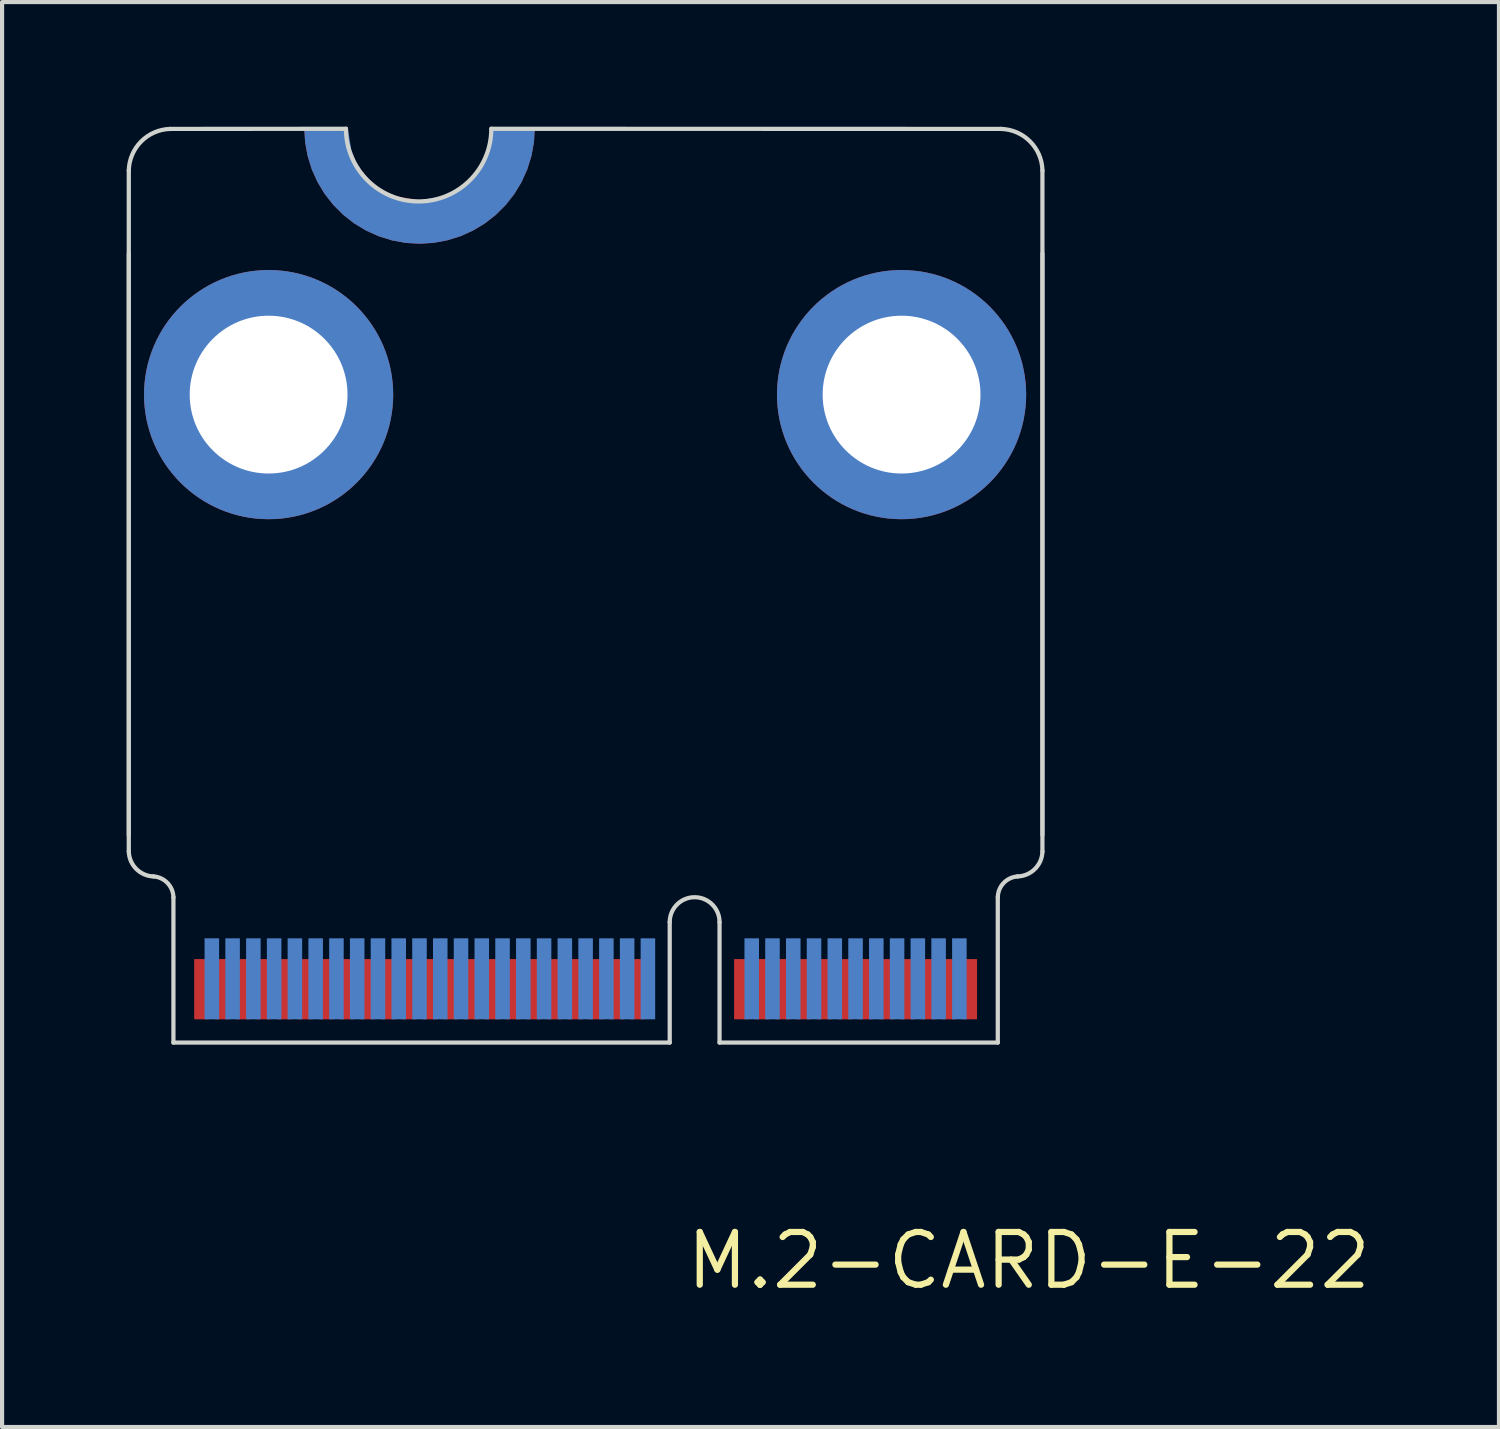
<source format=kicad_pcb>
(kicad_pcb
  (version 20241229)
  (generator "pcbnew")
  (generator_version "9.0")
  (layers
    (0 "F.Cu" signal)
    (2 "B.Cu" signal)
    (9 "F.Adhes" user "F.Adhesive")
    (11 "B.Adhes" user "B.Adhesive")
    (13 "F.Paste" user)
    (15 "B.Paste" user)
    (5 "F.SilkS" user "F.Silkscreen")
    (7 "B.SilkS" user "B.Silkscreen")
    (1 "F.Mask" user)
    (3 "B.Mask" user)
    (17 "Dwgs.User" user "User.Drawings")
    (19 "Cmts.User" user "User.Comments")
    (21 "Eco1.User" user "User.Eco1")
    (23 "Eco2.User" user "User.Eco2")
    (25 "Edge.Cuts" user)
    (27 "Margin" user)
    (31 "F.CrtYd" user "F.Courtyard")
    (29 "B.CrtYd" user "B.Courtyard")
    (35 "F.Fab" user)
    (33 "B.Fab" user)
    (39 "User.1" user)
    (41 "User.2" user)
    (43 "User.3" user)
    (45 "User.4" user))
  (footprint "M.2-CARD-E-22"
    (layer "F.Cu")
    (at 12.422 23.405)
    (property "Reference" "M.2-CARD-E-22" (at 9.3 3.9 0) (unlocked yes) (layer "F.SilkS") (effects (font (size 1.27 1.27) (thickness 0.15))))
    (fp_line (start -12.371 -22.351) (end -12.371 -5.951) (stroke (width 0.102) (type solid)) (layer "Edge.Cuts"))
    (fp_line (start -11.296 -1.351) (end -11.296 -4.851) (stroke (width 0.102) (type solid)) (layer "Edge.Cuts"))
    (fp_line (start -7.142 -23.354) (end -11.371 -23.351) (stroke (width 0.102) (type solid)) (layer "Edge.Cuts"))
    (fp_line (start 0.654 -4.251) (end 0.654 -1.351) (stroke (width 0.102) (type solid)) (layer "Edge.Cuts"))
    (fp_line (start 0.654 -1.351) (end -11.296 -1.351) (stroke (width 0.102) (type solid)) (layer "Edge.Cuts"))
    (fp_line (start 1.854 -4.251) (end 1.854 -1.351) (stroke (width 0.102) (type solid)) (layer "Edge.Cuts"))
    (fp_line (start 8.554 -4.851) (end 8.554 -1.351) (stroke (width 0.102) (type solid)) (layer "Edge.Cuts"))
    (fp_line (start 8.554 -1.351) (end 1.854 -1.351) (stroke (width 0.102) (type solid)) (layer "Edge.Cuts"))
    (fp_line (start 8.629 -23.351) (end -3.642 -23.354) (stroke (width 0.102) (type solid)) (layer "Edge.Cuts"))
    (fp_line (start 9.629 -22.351) (end 9.629 -5.951) (stroke (width 0.102) (type solid)) (layer "Edge.Cuts"))
    (fp_arc (start -12.3708 -22.3508) (mid -12.070801 -23.0508) (end -11.370801 -23.350799) (stroke (width 0.1016) (type solid)) (layer "Edge.Cuts"))
    (fp_arc (start -11.770802 -5.3508) (mid -12.190169 -5.531432) (end -12.3708 -5.9508) (stroke (width 0.1016) (type solid)) (layer "Edge.Cuts"))
    (fp_arc (start -11.7708 -5.3508) (mid -11.437545 -5.191766) (end -11.2958 -4.850799) (stroke (width 0.1016) (type solid)) (layer "Edge.Cuts"))
    (fp_arc (start -3.6419 -23.3544) (mid -5.3919 -21.6044) (end -7.1419 -23.3544) (stroke (width 0.1016) (type solid)) (layer "Edge.Cuts"))
    (fp_arc (start 0.6542 -4.2508) (mid 1.2542 -4.8508) (end 1.8542 -4.2508) (stroke (width 0.1016) (type solid)) (layer "Edge.Cuts"))
    (fp_arc (start 8.5542 -4.8508) (mid 8.694526 -5.193116) (end 9.0292 -5.3508) (stroke (width 0.1016) (type solid)) (layer "Edge.Cuts"))
    (fp_arc (start 8.6292 -23.3508) (mid 9.3292 -23.0508) (end 9.6292 -22.3508) (stroke (width 0.1016) (type solid)) (layer "Edge.Cuts"))
    (fp_arc (start 9.629199 -5.950799) (mid 9.448567 -5.531432) (end 9.0292 -5.3508) (stroke (width 0.1016) (type solid)) (layer "Edge.Cuts"))
    (fp_line (start -12.371 -20.351) (end -12.371 -6.351) (stroke (width 0.102) (type solid)) (layer "F.Fab"))
    (fp_line (start 9.629 -6.351) (end 9.629 -20.351) (stroke (width 0.102) (type solid)) (layer "F.Fab"))
    (pad "1" thru_hole circle (at -9.004 -16.953) (size 6 6) (drill 3.8) (layers "*.Cu" "*.Mask"))
    (pad "1" thru_hole circle (at 6.237 -16.953) (size 6 6) (drill 3.8) (layers "*.Cu" "*.Mask"))
    (pad "1" smd rect (at 7.879 -2.636 180) (size 0.35 1.45) (layers "F.Cu" "F.Mask"))
    (pad "2" smd rect (at 7.629 -2.886) (size 0.35 1.95) (layers "B.Cu" "B.Mask"))
    (pad "3" smd rect (at 7.379 -2.636 180) (size 0.35 1.45) (layers "F.Cu" "F.Mask"))
    (pad "4" smd rect (at 7.129 -2.886) (size 0.35 1.95) (layers "B.Cu" "B.Mask"))
    (pad "5" smd rect (at 6.879 -2.636 180) (size 0.35 1.45) (layers "F.Cu" "F.Mask"))
    (pad "6" smd rect (at 6.629 -2.886) (size 0.35 1.95) (layers "B.Cu" "B.Mask"))
    (pad "7" smd rect (at 6.379 -2.636 180) (size 0.35 1.45) (layers "F.Cu" "F.Mask"))
    (pad "8" smd rect (at 6.129 -2.886) (size 0.35 1.95) (layers "B.Cu" "B.Mask"))
    (pad "9" smd rect (at 5.879 -2.636 180) (size 0.35 1.45) (layers "F.Cu" "F.Mask"))
    (pad "10" smd rect (at 5.629 -2.886) (size 0.35 1.95) (layers "B.Cu" "B.Mask"))
    (pad "11" smd rect (at 5.379 -2.636 180) (size 0.35 1.45) (layers "F.Cu" "F.Mask"))
    (pad "12" smd rect (at 5.129 -2.886) (size 0.35 1.95) (layers "B.Cu" "B.Mask"))
    (pad "13" smd rect (at 4.879 -2.636 180) (size 0.35 1.45) (layers "F.Cu" "F.Mask"))
    (pad "14" smd rect (at 4.629 -2.886) (size 0.35 1.95) (layers "B.Cu" "B.Mask"))
    (pad "15" smd rect (at 4.379 -2.636 180) (size 0.35 1.45) (layers "F.Cu" "F.Mask"))
    (pad "16" smd rect (at 4.129 -2.886) (size 0.35 1.95) (layers "B.Cu" "B.Mask"))
    (pad "17" smd rect (at 3.879 -2.636 180) (size 0.35 1.45) (layers "F.Cu" "F.Mask"))
    (pad "18" smd rect (at 3.629 -2.886) (size 0.35 1.95) (layers "B.Cu" "B.Mask"))
    (pad "19" smd rect (at 3.379 -2.636 180) (size 0.35 1.45) (layers "F.Cu" "F.Mask"))
    (pad "20" smd rect (at 3.129 -2.886) (size 0.35 1.95) (layers "B.Cu" "B.Mask"))
    (pad "21" smd rect (at 2.879 -2.636 180) (size 0.35 1.45) (layers "F.Cu" "F.Mask"))
    (pad "22" smd rect (at 2.629 -2.886) (size 0.35 1.95) (layers "B.Cu" "B.Mask"))
    (pad "23" smd rect (at 2.379 -2.636 180) (size 0.35 1.45) (layers "F.Cu" "F.Mask"))
    (pad "32" smd rect (at 0.129 -2.886) (size 0.35 1.95) (layers "B.Cu" "B.Mask"))
    (pad "33" smd rect (at -0.121 -2.636 180) (size 0.35 1.45) (layers "F.Cu" "F.Mask"))
    (pad "34" smd rect (at -0.371 -2.886) (size 0.35 1.95) (layers "B.Cu" "B.Mask"))
    (pad "35" smd rect (at -0.621 -2.636 180) (size 0.35 1.45) (layers "F.Cu" "F.Mask"))
    (pad "36" smd rect (at -0.871 -2.886) (size 0.35 1.95) (layers "B.Cu" "B.Mask"))
    (pad "37" smd rect (at -1.121 -2.636 180) (size 0.35 1.45) (layers "F.Cu" "F.Mask"))
    (pad "38" smd rect (at -1.371 -2.886) (size 0.35 1.95) (layers "B.Cu" "B.Mask"))
    (pad "39" smd rect (at -1.621 -2.636 180) (size 0.35 1.45) (layers "F.Cu" "F.Mask"))
    (pad "40" smd rect (at -1.871 -2.886) (size 0.35 1.95) (layers "B.Cu" "B.Mask"))
    (pad "41" smd rect (at -2.121 -2.636 180) (size 0.35 1.45) (layers "F.Cu" "F.Mask"))
    (pad "42" smd rect (at -2.371 -2.886) (size 0.35 1.95) (layers "B.Cu" "B.Mask"))
    (pad "43" smd rect (at -2.621 -2.636 180) (size 0.35 1.45) (layers "F.Cu" "F.Mask"))
    (pad "44" smd rect (at -2.871 -2.886) (size 0.35 1.95) (layers "B.Cu" "B.Mask"))
    (pad "45" smd rect (at -3.121 -2.636 180) (size 0.35 1.45) (layers "F.Cu" "F.Mask"))
    (pad "46" smd rect (at -3.371 -2.886) (size 0.35 1.95) (layers "B.Cu" "B.Mask"))
    (pad "47" smd rect (at -3.621 -2.636 180) (size 0.35 1.45) (layers "F.Cu" "F.Mask"))
    (pad "48" smd rect (at -3.871 -2.886) (size 0.35 1.95) (layers "B.Cu" "B.Mask"))
    (pad "49" smd rect (at -4.121 -2.636 180) (size 0.35 1.45) (layers "F.Cu" "F.Mask"))
    (pad "50" smd rect (at -4.371 -2.886) (size 0.35 1.95) (layers "B.Cu" "B.Mask"))
    (pad "51" smd rect (at -4.621 -2.636 180) (size 0.35 1.45) (layers "F.Cu" "F.Mask"))
    (pad "52" smd rect (at -4.871 -2.886) (size 0.35 1.95) (layers "B.Cu" "B.Mask"))
    (pad "53" smd rect (at -5.121 -2.636 180) (size 0.35 1.45) (layers "F.Cu" "F.Mask"))
    (pad "54" smd rect (at -5.371 -2.886) (size 0.35 1.95) (layers "B.Cu" "B.Mask"))
    (pad "55" smd rect (at -5.621 -2.636 180) (size 0.35 1.45) (layers "F.Cu" "F.Mask"))
    (pad "56" smd rect (at -5.871 -2.886) (size 0.35 1.95) (layers "B.Cu" "B.Mask"))
    (pad "57" smd rect (at -6.121 -2.636 180) (size 0.35 1.45) (layers "F.Cu" "F.Mask"))
    (pad "58" smd rect (at -6.371 -2.886) (size 0.35 1.95) (layers "B.Cu" "B.Mask"))
    (pad "59" smd rect (at -6.621 -2.636 180) (size 0.35 1.45) (layers "F.Cu" "F.Mask"))
    (pad "60" smd rect (at -6.871 -2.886) (size 0.35 1.95) (layers "B.Cu" "B.Mask"))
    (pad "61" smd rect (at -7.121 -2.636 180) (size 0.35 1.45) (layers "F.Cu" "F.Mask"))
    (pad "62" smd rect (at -7.371 -2.886) (size 0.35 1.95) (layers "B.Cu" "B.Mask"))
    (pad "63" smd rect (at -7.621 -2.636 180) (size 0.35 1.45) (layers "F.Cu" "F.Mask"))
    (pad "64" smd rect (at -7.871 -2.886) (size 0.35 1.95) (layers "B.Cu" "B.Mask"))
    (pad "65" smd rect (at -8.121 -2.636 180) (size 0.35 1.45) (layers "F.Cu" "F.Mask"))
    (pad "66" smd rect (at -8.371 -2.886) (size 0.35 1.95) (layers "B.Cu" "B.Mask"))
    (pad "67" smd rect (at -8.621 -2.636 180) (size 0.35 1.45) (layers "F.Cu" "F.Mask"))
    (pad "68" smd rect (at -8.871 -2.886) (size 0.35 1.95) (layers "B.Cu" "B.Mask"))
    (pad "69" smd rect (at -9.121 -2.636 180) (size 0.35 1.45) (layers "F.Cu" "F.Mask"))
    (pad "70" smd rect (at -9.371 -2.886) (size 0.35 1.95) (layers "B.Cu" "B.Mask"))
    (pad "71" smd rect (at -9.621 -2.636 180) (size 0.35 1.45) (layers "F.Cu" "F.Mask"))
    (pad "72" smd rect (at -9.871 -2.886) (size 0.35 1.95) (layers "B.Cu" "B.Mask"))
    (pad "73" smd rect (at -10.121 -2.636 180) (size 0.35 1.45) (layers "F.Cu" "F.Mask"))
    (pad "74" smd rect (at -10.371 -2.886) (size 0.35 1.95) (layers "B.Cu" "B.Mask"))
    (pad "75" smd rect (at -10.621 -2.636 180) (size 0.35 1.45) (layers "F.Cu" "F.Mask"))
    (pad "GND1" smd custom (at -7.609 -23.045) (size 0.5 0.5) (layers "B.Cu" "B.Mask") (options (anchor circle)) (primitives (gr_line (start 0 0) (end 0.427 -0.015) (width 0.2)) (gr_poly (pts (xy 0.599 0.218) (xy 0.702 0.467) (xy 0.844 0.698) (xy 1.019 0.904) (xy 1.225 1.079) (xy 1.456 1.221) (xy 1.706 1.325) (xy 1.969 1.388) (xy 2.238 1.409) (xy 2.773 1.324) (xy 3.022 1.221) (xy 3.253 1.079) (xy 3.459 0.904) (xy 3.634 0.698) (xy 3.776 0.467) (xy 3.879 0.217) (xy 3.943 -0.046) (xy 3.966 -0.341) (xy 5.016 -0.341) (xy 4.994 0.018) (xy 4.933 0.348) (xy 4.834 0.668) (xy 4.696 0.974) (xy 4.523 1.26) (xy 4.316 1.524) (xy 4.079 1.761) (xy 3.815 1.968) (xy 3.529 2.141) (xy 3.223 2.279) (xy 2.903 2.378) (xy 2.573 2.439) (xy 2.239 2.459) (xy 1.905 2.439) (xy 1.575 2.378) (xy 1.255 2.279) (xy 0.949 2.141) (xy 0.663 1.968) (xy 0.399 1.761) (xy 0.162 1.524) (xy -0.045 1.26) (xy -0.218 0.974) (xy -0.356 0.668) (xy -0.455 0.348) (xy -0.516 0.018) (xy -0.538 -0.341) (xy 0.51 -0.341)) (width 0) (fill yes))))
    (pad "GND2" smd custom (at -3.176 -23.045) (size 0.5 0.5) (layers "F.Cu" "F.Mask") (options (anchor circle)) (primitives (gr_line (start 0 0) (end -0.37 0.007) (width 0.2)) (gr_poly (pts (xy -3.898 -0.046) (xy -3.834 0.217) (xy -3.731 0.467) (xy -3.589 0.698) (xy -3.414 0.904) (xy -3.208 1.079) (xy -2.977 1.221) (xy -2.728 1.324) (xy -2.193 1.409) (xy -1.924 1.388) (xy -1.661 1.325) (xy -1.411 1.221) (xy -1.18 1.079) (xy -0.974 0.904) (xy -0.799 0.698) (xy -0.657 0.467) (xy -0.554 0.218) (xy -0.465 -0.341) (xy 0.583 -0.341) (xy 0.561 0.018) (xy 0.5 0.348) (xy 0.401 0.668) (xy 0.263 0.974) (xy 0.09 1.26) (xy -0.117 1.524) (xy -0.354 1.761) (xy -0.618 1.968) (xy -0.904 2.141) (xy -1.21 2.279) (xy -1.53 2.378) (xy -1.86 2.439) (xy -2.194 2.459) (xy -2.528 2.439) (xy -2.858 2.378) (xy -3.178 2.279) (xy -3.484 2.141) (xy -3.77 1.968) (xy -4.034 1.761) (xy -4.271 1.524) (xy -4.478 1.26) (xy -4.651 0.974) (xy -4.789 0.668) (xy -4.888 0.348) (xy -4.949 0.018) (xy -4.971 -0.341) (xy -3.921 -0.341)) (width 0) (fill yes)))))
  (gr_rect
    (start -3 -3)
    (end 33.044 31.311)
    (stroke (width 0.1) (type default))
    (fill no)
    (layer "Edge.Cuts")))
</source>
